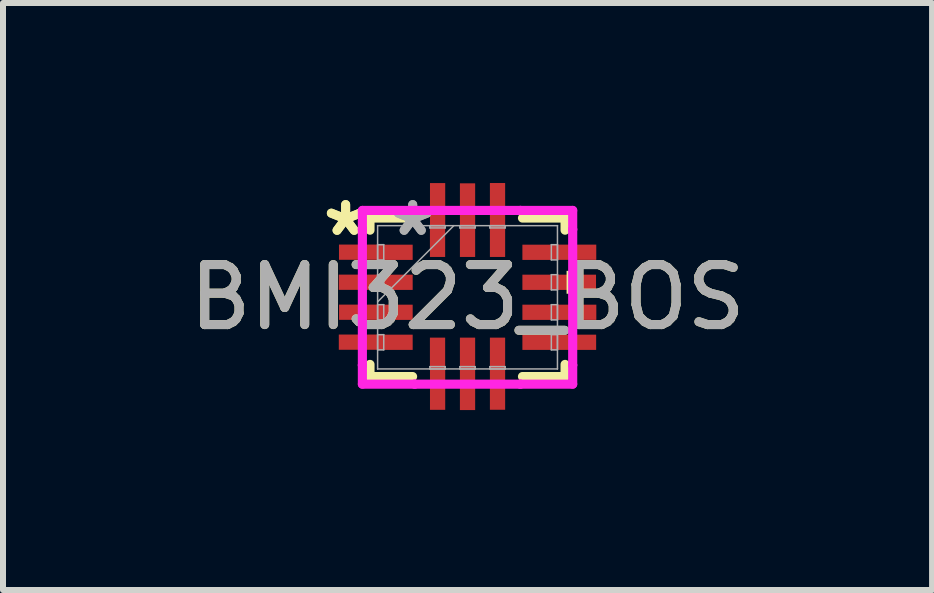
<source format=kicad_pcb>
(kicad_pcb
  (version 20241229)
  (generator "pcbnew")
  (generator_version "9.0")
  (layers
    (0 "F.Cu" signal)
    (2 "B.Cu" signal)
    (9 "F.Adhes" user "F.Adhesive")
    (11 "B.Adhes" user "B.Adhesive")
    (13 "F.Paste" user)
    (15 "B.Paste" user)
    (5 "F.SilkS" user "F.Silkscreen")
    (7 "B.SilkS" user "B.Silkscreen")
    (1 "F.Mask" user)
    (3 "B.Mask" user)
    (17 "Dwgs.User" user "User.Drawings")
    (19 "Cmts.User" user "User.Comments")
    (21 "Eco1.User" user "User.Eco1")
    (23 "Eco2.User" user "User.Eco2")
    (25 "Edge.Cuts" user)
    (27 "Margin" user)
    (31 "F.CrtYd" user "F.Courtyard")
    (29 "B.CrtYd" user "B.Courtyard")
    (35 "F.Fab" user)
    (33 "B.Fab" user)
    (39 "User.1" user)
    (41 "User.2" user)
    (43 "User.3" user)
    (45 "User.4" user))
  (footprint "BMI323_BOS"
    (layer "F.Cu")
    (at 4.744 1.906)
    (property "Reference" "BMI323_BOS" (at 0 0 0) (unlocked yes) (layer "F.SilkS") (effects (font (size 1 1) (thickness 0.15))))
    (attr smd)
    (fp_line (start -1.626 -1.321) (end -1.626 -1.119) (stroke (width 0.152) (type solid)) (layer "F.SilkS"))
    (fp_line (start -1.626 1.119) (end -1.626 1.321) (stroke (width 0.152) (type solid)) (layer "F.SilkS"))
    (fp_line (start -1.626 1.321) (end -0.916 1.321) (stroke (width 0.152) (type solid)) (layer "F.SilkS"))
    (fp_line (start -0.916 -1.321) (end -1.626 -1.321) (stroke (width 0.152) (type solid)) (layer "F.SilkS"))
    (fp_line (start 0.916 1.321) (end 1.626 1.321) (stroke (width 0.152) (type solid)) (layer "F.SilkS"))
    (fp_line (start 1.626 -1.321) (end 0.916 -1.321) (stroke (width 0.152) (type solid)) (layer "F.SilkS"))
    (fp_line (start 1.626 -1.119) (end 1.626 -1.321) (stroke (width 0.152) (type solid)) (layer "F.SilkS"))
    (fp_line (start 1.626 1.321) (end 1.626 1.119) (stroke (width 0.152) (type solid)) (layer "F.SilkS"))
    (fp_poly (pts (xy 1.905 -0.441) (xy 1.905 -0.059) (xy 1.651 -0.059) (xy 1.651 -0.441)) (stroke (width 0) (type solid)) (fill yes) (layer "F.SilkS"))
    (fp_rect (start -1.7 0.124) (end -0.916 0.378) (stroke (width 0) (type solid)) (fill yes) (layer "F.Paste"))
    (fp_rect (start -1.7 -0.877) (end -0.915 -0.623) (stroke (width 0) (type solid)) (fill yes) (layer "F.Paste"))
    (fp_rect (start -1.7 -0.376) (end -0.915 -0.122) (stroke (width 0) (type solid)) (fill yes) (layer "F.Paste"))
    (fp_rect (start -1.698 0.622) (end -0.914 0.876) (stroke (width 0) (type solid)) (fill yes) (layer "F.Paste"))
    (fp_rect (start -0.628 0.673) (end -0.374 1.457) (stroke (width 0) (type solid)) (fill yes) (layer "F.Paste"))
    (fp_rect (start -0.627 -1.458) (end -0.373 -0.673) (stroke (width 0) (type solid)) (fill yes) (layer "F.Paste"))
    (fp_rect (start -0.128 0.673) (end 0.126 1.458) (stroke (width 0) (type solid)) (fill yes) (layer "F.Paste"))
    (fp_rect (start -0.127 -1.457) (end 0.126 -0.673) (stroke (width 0) (type solid)) (fill yes) (layer "F.Paste"))
    (fp_rect (start 0.373 0.673) (end 0.627 1.458) (stroke (width 0) (type solid)) (fill yes) (layer "F.Paste"))
    (fp_rect (start 0.374 -1.457) (end 0.628 -0.673) (stroke (width 0) (type solid)) (fill yes) (layer "F.Paste"))
    (fp_rect (start 0.914 0.124) (end 1.698 0.378) (stroke (width 0) (type solid)) (fill yes) (layer "F.Paste"))
    (fp_rect (start 0.914 -0.877) (end 1.698 -0.623) (stroke (width 0) (type solid)) (fill yes) (layer "F.Paste"))
    (fp_rect (start 0.914 -0.376) (end 1.698 -0.122) (stroke (width 0) (type solid)) (fill yes) (layer "F.Paste"))
    (fp_rect (start 0.914 0.624) (end 1.699 0.877) (stroke (width 0) (type solid)) (fill yes) (layer "F.Paste"))
    (fp_line (start -1.753 -1.448) (end -0.881 -1.448) (stroke (width 0.152) (type solid)) (layer "F.CrtYd"))
    (fp_line (start -1.753 -1.131) (end -1.753 -1.448) (stroke (width 0.152) (type solid)) (layer "F.CrtYd"))
    (fp_line (start -1.753 -1.131) (end -1.753 -1.131) (stroke (width 0.152) (type solid)) (layer "F.CrtYd"))
    (fp_line (start -1.753 1.131) (end -1.753 -1.131) (stroke (width 0.152) (type solid)) (layer "F.CrtYd"))
    (fp_line (start -1.753 1.131) (end -1.753 1.131) (stroke (width 0.152) (type solid)) (layer "F.CrtYd"))
    (fp_line (start -1.753 1.448) (end -1.753 1.131) (stroke (width 0.152) (type solid)) (layer "F.CrtYd"))
    (fp_line (start -0.881 -1.448) (end -0.881 -1.448) (stroke (width 0.152) (type solid)) (layer "F.CrtYd"))
    (fp_line (start -0.881 -1.448) (end 0.881 -1.448) (stroke (width 0.152) (type solid)) (layer "F.CrtYd"))
    (fp_line (start -0.881 1.448) (end -1.753 1.448) (stroke (width 0.152) (type solid)) (layer "F.CrtYd"))
    (fp_line (start -0.881 1.448) (end -0.881 1.448) (stroke (width 0.152) (type solid)) (layer "F.CrtYd"))
    (fp_line (start 0.881 -1.448) (end 0.881 -1.448) (stroke (width 0.152) (type solid)) (layer "F.CrtYd"))
    (fp_line (start 0.881 -1.448) (end 1.753 -1.448) (stroke (width 0.152) (type solid)) (layer "F.CrtYd"))
    (fp_line (start 0.881 1.448) (end -0.881 1.448) (stroke (width 0.152) (type solid)) (layer "F.CrtYd"))
    (fp_line (start 0.881 1.448) (end 0.881 1.448) (stroke (width 0.152) (type solid)) (layer "F.CrtYd"))
    (fp_line (start 1.753 -1.448) (end 1.753 -1.131) (stroke (width 0.152) (type solid)) (layer "F.CrtYd"))
    (fp_line (start 1.753 -1.131) (end 1.753 -1.131) (stroke (width 0.152) (type solid)) (layer "F.CrtYd"))
    (fp_line (start 1.753 -1.131) (end 1.753 1.131) (stroke (width 0.152) (type solid)) (layer "F.CrtYd"))
    (fp_line (start 1.753 1.131) (end 1.753 1.131) (stroke (width 0.152) (type solid)) (layer "F.CrtYd"))
    (fp_line (start 1.753 1.131) (end 1.753 1.448) (stroke (width 0.152) (type solid)) (layer "F.CrtYd"))
    (fp_line (start 1.753 1.448) (end 0.881 1.448) (stroke (width 0.152) (type solid)) (layer "F.CrtYd"))
    (fp_line (start -1.499 -1.194) (end -1.499 -1.194) (stroke (width 0.025) (type solid)) (layer "F.Fab"))
    (fp_line (start -1.499 -1.194) (end -1.499 1.194) (stroke (width 0.025) (type solid)) (layer "F.Fab"))
    (fp_line (start -1.499 -0.877) (end -1.397 -0.877) (stroke (width 0.025) (type solid)) (layer "F.Fab"))
    (fp_line (start -1.499 -0.623) (end -1.499 -0.877) (stroke (width 0.025) (type solid)) (layer "F.Fab"))
    (fp_line (start -1.499 -0.377) (end -1.397 -0.377) (stroke (width 0.025) (type solid)) (layer "F.Fab"))
    (fp_line (start -1.499 -0.123) (end -1.499 -0.377) (stroke (width 0.025) (type solid)) (layer "F.Fab"))
    (fp_line (start -1.499 0.076) (end -0.229 -1.194) (stroke (width 0.025) (type solid)) (layer "F.Fab"))
    (fp_line (start -1.499 0.123) (end -1.397 0.123) (stroke (width 0.025) (type solid)) (layer "F.Fab"))
    (fp_line (start -1.499 0.377) (end -1.499 0.123) (stroke (width 0.025) (type solid)) (layer "F.Fab"))
    (fp_line (start -1.499 0.623) (end -1.397 0.623) (stroke (width 0.025) (type solid)) (layer "F.Fab"))
    (fp_line (start -1.499 0.877) (end -1.499 0.623) (stroke (width 0.025) (type solid)) (layer "F.Fab"))
    (fp_line (start -1.499 1.194) (end -1.499 1.194) (stroke (width 0.025) (type solid)) (layer "F.Fab"))
    (fp_line (start -1.499 1.194) (end 1.499 1.194) (stroke (width 0.025) (type solid)) (layer "F.Fab"))
    (fp_line (start -1.397 -0.877) (end -1.397 -0.623) (stroke (width 0.025) (type solid)) (layer "F.Fab"))
    (fp_line (start -1.397 -0.623) (end -1.499 -0.623) (stroke (width 0.025) (type solid)) (layer "F.Fab"))
    (fp_line (start -1.397 -0.377) (end -1.397 -0.123) (stroke (width 0.025) (type solid)) (layer "F.Fab"))
    (fp_line (start -1.397 -0.123) (end -1.499 -0.123) (stroke (width 0.025) (type solid)) (layer "F.Fab"))
    (fp_line (start -1.397 0.123) (end -1.397 0.377) (stroke (width 0.025) (type solid)) (layer "F.Fab"))
    (fp_line (start -1.397 0.377) (end -1.499 0.377) (stroke (width 0.025) (type solid)) (layer "F.Fab"))
    (fp_line (start -1.397 0.623) (end -1.397 0.877) (stroke (width 0.025) (type solid)) (layer "F.Fab"))
    (fp_line (start -1.397 0.877) (end -1.499 0.877) (stroke (width 0.025) (type solid)) (layer "F.Fab"))
    (fp_line (start -0.627 -1.194) (end -0.373 -1.194) (stroke (width 0.025) (type solid)) (layer "F.Fab"))
    (fp_line (start -0.627 -1.156) (end -0.627 -1.194) (stroke (width 0.025) (type solid)) (layer "F.Fab"))
    (fp_line (start -0.627 1.156) (end -0.373 1.156) (stroke (width 0.025) (type solid)) (layer "F.Fab"))
    (fp_line (start -0.627 1.194) (end -0.627 1.156) (stroke (width 0.025) (type solid)) (layer "F.Fab"))
    (fp_line (start -0.373 -1.194) (end -0.373 -1.156) (stroke (width 0.025) (type solid)) (layer "F.Fab"))
    (fp_line (start -0.373 -1.156) (end -0.627 -1.156) (stroke (width 0.025) (type solid)) (layer "F.Fab"))
    (fp_line (start -0.373 1.156) (end -0.373 1.194) (stroke (width 0.025) (type solid)) (layer "F.Fab"))
    (fp_line (start -0.373 1.194) (end -0.627 1.194) (stroke (width 0.025) (type solid)) (layer "F.Fab"))
    (fp_line (start -0.127 -1.194) (end 0.127 -1.194) (stroke (width 0.025) (type solid)) (layer "F.Fab"))
    (fp_line (start -0.127 -1.156) (end -0.127 -1.194) (stroke (width 0.025) (type solid)) (layer "F.Fab"))
    (fp_line (start -0.127 1.156) (end 0.127 1.156) (stroke (width 0.025) (type solid)) (layer "F.Fab"))
    (fp_line (start -0.127 1.194) (end -0.127 1.156) (stroke (width 0.025) (type solid)) (layer "F.Fab"))
    (fp_line (start 0.127 -1.194) (end 0.127 -1.156) (stroke (width 0.025) (type solid)) (layer "F.Fab"))
    (fp_line (start 0.127 -1.156) (end -0.127 -1.156) (stroke (width 0.025) (type solid)) (layer "F.Fab"))
    (fp_line (start 0.127 1.156) (end 0.127 1.194) (stroke (width 0.025) (type solid)) (layer "F.Fab"))
    (fp_line (start 0.127 1.194) (end -0.127 1.194) (stroke (width 0.025) (type solid)) (layer "F.Fab"))
    (fp_line (start 0.373 -1.194) (end 0.627 -1.194) (stroke (width 0.025) (type solid)) (layer "F.Fab"))
    (fp_line (start 0.373 -1.156) (end 0.373 -1.194) (stroke (width 0.025) (type solid)) (layer "F.Fab"))
    (fp_line (start 0.373 1.156) (end 0.627 1.156) (stroke (width 0.025) (type solid)) (layer "F.Fab"))
    (fp_line (start 0.373 1.194) (end 0.373 1.156) (stroke (width 0.025) (type solid)) (layer "F.Fab"))
    (fp_line (start 0.627 -1.194) (end 0.627 -1.156) (stroke (width 0.025) (type solid)) (layer "F.Fab"))
    (fp_line (start 0.627 -1.156) (end 0.373 -1.156) (stroke (width 0.025) (type solid)) (layer "F.Fab"))
    (fp_line (start 0.627 1.156) (end 0.627 1.194) (stroke (width 0.025) (type solid)) (layer "F.Fab"))
    (fp_line (start 0.627 1.194) (end 0.373 1.194) (stroke (width 0.025) (type solid)) (layer "F.Fab"))
    (fp_line (start 1.397 -0.877) (end 1.499 -0.877) (stroke (width 0.025) (type solid)) (layer "F.Fab"))
    (fp_line (start 1.397 -0.623) (end 1.397 -0.877) (stroke (width 0.025) (type solid)) (layer "F.Fab"))
    (fp_line (start 1.397 -0.377) (end 1.499 -0.377) (stroke (width 0.025) (type solid)) (layer "F.Fab"))
    (fp_line (start 1.397 -0.123) (end 1.397 -0.377) (stroke (width 0.025) (type solid)) (layer "F.Fab"))
    (fp_line (start 1.397 0.123) (end 1.499 0.123) (stroke (width 0.025) (type solid)) (layer "F.Fab"))
    (fp_line (start 1.397 0.377) (end 1.397 0.123) (stroke (width 0.025) (type solid)) (layer "F.Fab"))
    (fp_line (start 1.397 0.623) (end 1.499 0.623) (stroke (width 0.025) (type solid)) (layer "F.Fab"))
    (fp_line (start 1.397 0.877) (end 1.397 0.623) (stroke (width 0.025) (type solid)) (layer "F.Fab"))
    (fp_line (start 1.499 -1.194) (end -1.499 -1.194) (stroke (width 0.025) (type solid)) (layer "F.Fab"))
    (fp_line (start 1.499 -1.194) (end 1.499 -1.194) (stroke (width 0.025) (type solid)) (layer "F.Fab"))
    (fp_line (start 1.499 -0.877) (end 1.499 -0.623) (stroke (width 0.025) (type solid)) (layer "F.Fab"))
    (fp_line (start 1.499 -0.623) (end 1.397 -0.623) (stroke (width 0.025) (type solid)) (layer "F.Fab"))
    (fp_line (start 1.499 -0.377) (end 1.499 -0.123) (stroke (width 0.025) (type solid)) (layer "F.Fab"))
    (fp_line (start 1.499 -0.123) (end 1.397 -0.123) (stroke (width 0.025) (type solid)) (layer "F.Fab"))
    (fp_line (start 1.499 0.123) (end 1.499 0.377) (stroke (width 0.025) (type solid)) (layer "F.Fab"))
    (fp_line (start 1.499 0.377) (end 1.397 0.377) (stroke (width 0.025) (type solid)) (layer "F.Fab"))
    (fp_line (start 1.499 0.623) (end 1.499 0.877) (stroke (width 0.025) (type solid)) (layer "F.Fab"))
    (fp_line (start 1.499 0.877) (end 1.397 0.877) (stroke (width 0.025) (type solid)) (layer "F.Fab"))
    (fp_line (start 1.499 1.194) (end 1.499 -1.194) (stroke (width 0.025) (type solid)) (layer "F.Fab"))
    (fp_line (start 1.499 1.194) (end 1.499 1.194) (stroke (width 0.025) (type solid)) (layer "F.Fab"))
    (fp_text user "*" (at -2.032 -1 0) (layer "F.SilkS") (effects (font (size 1 1) (thickness 0.15))))
    (fp_text user "*" (at -2.032 -1 0) (unlocked yes) (layer "F.SilkS") (effects (font (size 1 1) (thickness 0.15))))
    (fp_text user "*" (at -0.914 -1 0) (unlocked yes) (layer "F.Fab") (effects (font (size 1 1) (thickness 0.15))))
    (fp_text user "${REFERENCE}" (at 0 0 0) (unlocked yes) (layer "F.Fab") (effects (font (size 1 1) (thickness 0.15))))
    (fp_text user "*" (at -0.914 -1 0) (layer "F.Fab") (effects (font (size 1 1) (thickness 0.15))))
    (pad "1" smd custom (at -1.156 -0.75 90) (size 0.254 0.483) (layers "F.Cu" "F.Mask" "F.Paste") (options (anchor rect)) (primitives (gr_rect (start -0.125 -0.987) (end 0.129 -0.237) (width 0) (fill yes))))
    (pad "2" smd custom (at -1.156 -0.25 90) (size 0.254 0.483) (layers "F.Cu" "F.Mask" "F.Paste") (options (anchor rect)) (primitives (gr_rect (start -0.126 -0.991) (end 0.128 -0.241) (width 0) (fill yes))))
    (pad "3" smd custom (at -1.156 0.25 90) (size 0.254 0.483) (layers "F.Cu" "F.Mask" "F.Paste") (options (anchor rect)) (primitives (gr_rect (start -0.126 -0.986) (end 0.128 -0.236) (width 0) (fill yes))))
    (pad "4" smd custom (at -1.156 0.75 90) (size 0.254 0.483) (layers "F.Cu" "F.Mask" "F.Paste") (options (anchor rect)) (primitives (gr_rect (start -0.125 -0.99) (end 0.129 -0.24) (width 0) (fill yes))))
    (pad "5" smd custom (at -0.5 0.914) (size 0.254 0.483) (layers "F.Cu" "F.Mask" "F.Paste") (options (anchor rect)) (primitives (gr_rect (start -0.126 0.212) (end 0.128 0.962) (width 0) (fill yes))))
    (pad "6" smd custom (at 0 0.914) (size 0.254 0.483) (layers "F.Cu" "F.Mask" "F.Paste") (options (anchor rect)) (primitives (gr_rect (start -0.127 0.216) (end 0.127 0.966) (width 0) (fill yes))))
    (pad "7" smd custom (at 0.5 0.914) (size 0.254 0.483) (layers "F.Cu" "F.Mask" "F.Paste") (options (anchor rect)) (primitives (gr_rect (start -0.127 0.211) (end 0.127 0.961) (width 0) (fill yes))))
    (pad "8" smd custom (at 1.156 0.75 90) (size 0.254 0.483) (layers "F.Cu" "F.Mask" "F.Paste") (options (anchor rect)) (primitives (gr_rect (start -0.127 0.238) (end 0.127 0.988) (width 0) (fill yes))))
    (pad "9" smd custom (at 1.156 0.25 90) (size 0.254 0.483) (layers "F.Cu" "F.Mask" "F.Paste") (options (anchor rect)) (primitives (gr_rect (start -0.127 0.241) (end 0.127 0.991) (width 0) (fill yes))))
    (pad "10" smd custom (at 1.156 -0.25 90) (size 0.254 0.483) (layers "F.Cu" "F.Mask" "F.Paste") (options (anchor rect)) (primitives (gr_rect (start -0.127 0.236) (end 0.127 0.986) (width 0) (fill yes))))
    (pad "11" smd custom (at 1.156 -0.75 90) (size 0.254 0.483) (layers "F.Cu" "F.Mask" "F.Paste") (options (anchor rect)) (primitives (gr_rect (start -0.126 0.24) (end 0.128 0.99) (width 0) (fill yes))))
    (pad "12" smd custom (at 0.5 -0.914) (size 0.254 0.483) (layers "F.Cu" "F.Mask" "F.Paste") (options (anchor rect)) (primitives (gr_rect (start -0.127 -0.991) (end 0.127 -0.239) (width 0) (fill yes))))
    (pad "13" smd custom (at 0 -0.914) (size 0.254 0.483) (layers "F.Cu" "F.Mask" "F.Paste") (options (anchor rect)) (primitives (gr_rect (start -0.127 -0.986) (end 0.127 -0.236) (width 0) (fill yes))))
    (pad "14" smd custom (at -0.5 -0.914) (size 0.254 0.483) (layers "F.Cu" "F.Mask" "F.Paste") (options (anchor rect)) (primitives (gr_rect (start -0.126 -0.99) (end 0.128 -0.24) (width 0) (fill yes)))))
  (gr_rect
    (start -3 -3)
    (end 12.488 6.786)
    (stroke (width 0.1) (type default))
    (fill no)
    (layer "Edge.Cuts")))
</source>
